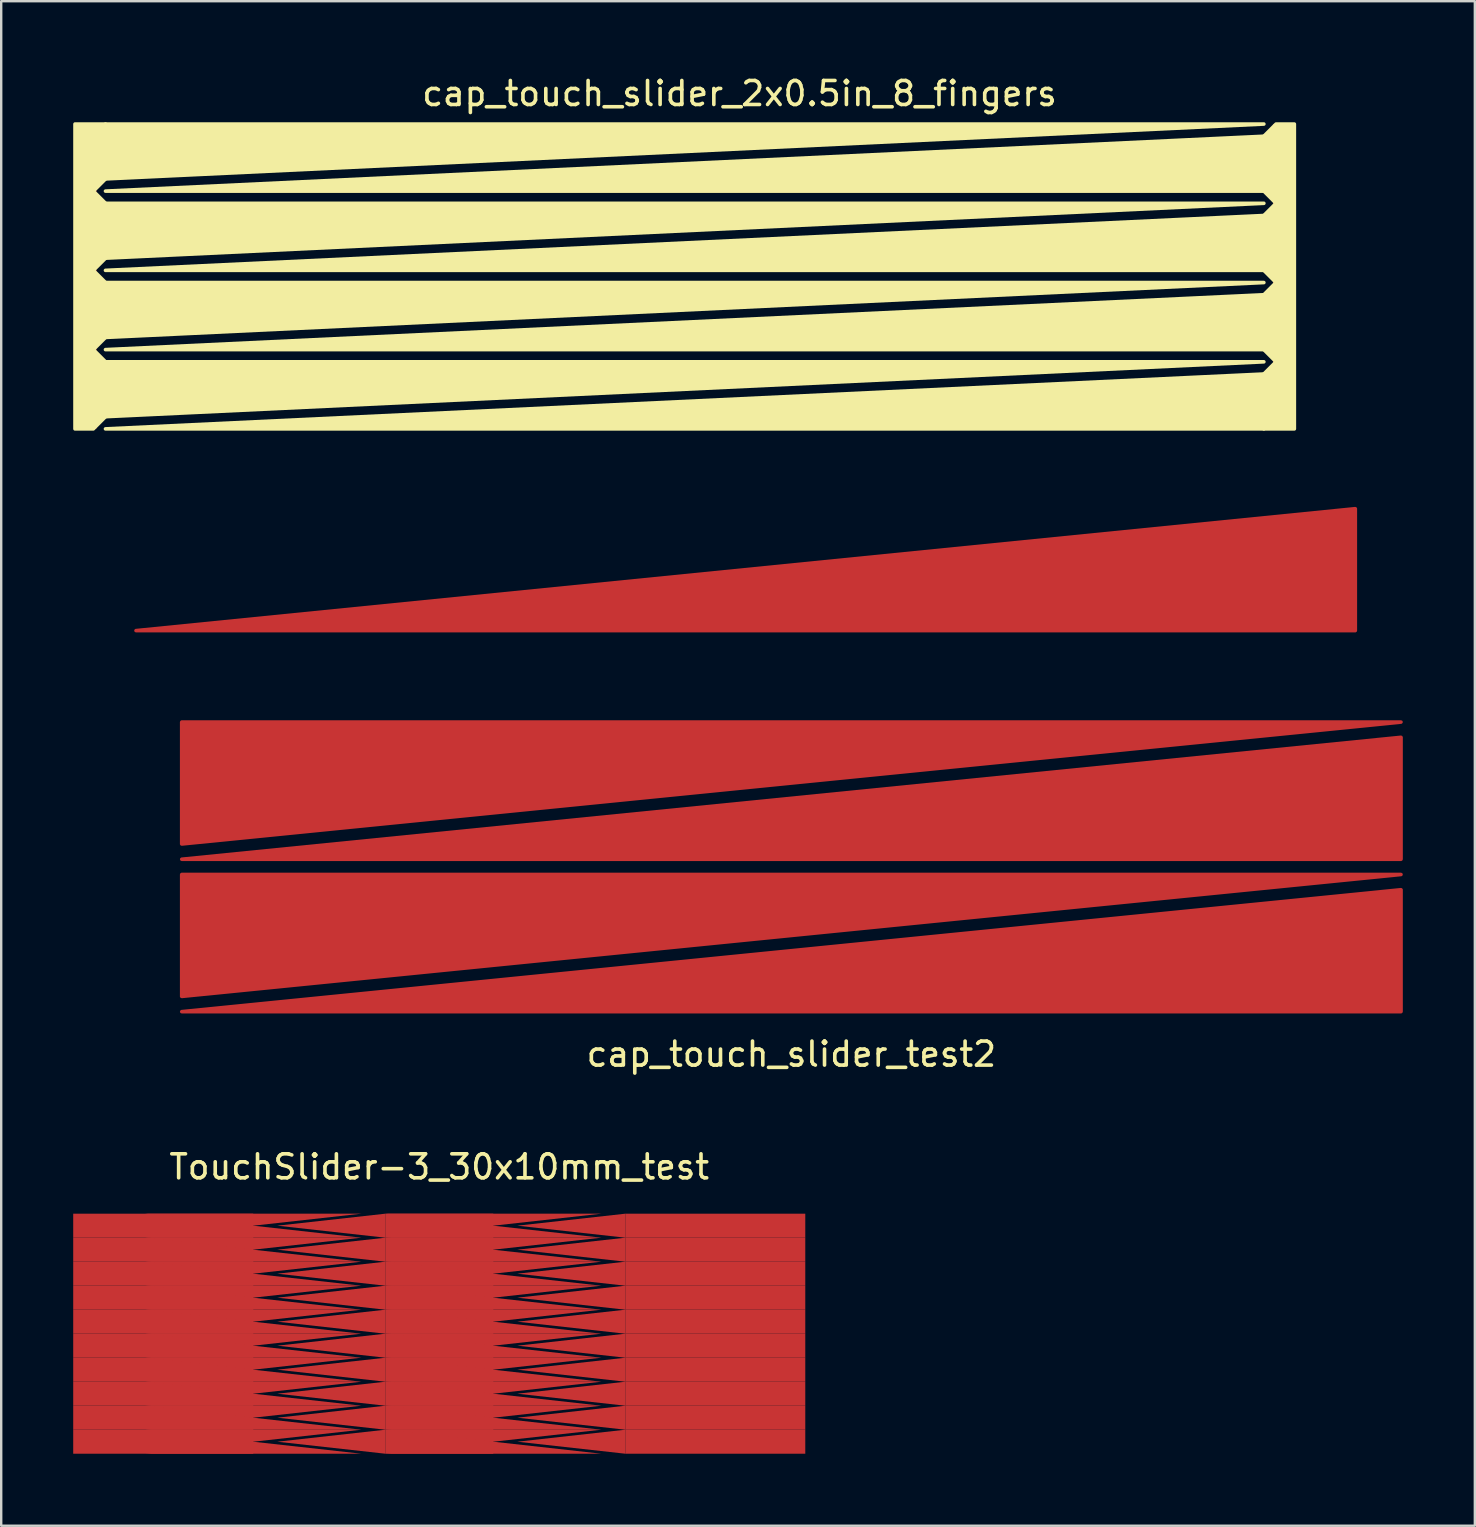
<source format=kicad_pcb>
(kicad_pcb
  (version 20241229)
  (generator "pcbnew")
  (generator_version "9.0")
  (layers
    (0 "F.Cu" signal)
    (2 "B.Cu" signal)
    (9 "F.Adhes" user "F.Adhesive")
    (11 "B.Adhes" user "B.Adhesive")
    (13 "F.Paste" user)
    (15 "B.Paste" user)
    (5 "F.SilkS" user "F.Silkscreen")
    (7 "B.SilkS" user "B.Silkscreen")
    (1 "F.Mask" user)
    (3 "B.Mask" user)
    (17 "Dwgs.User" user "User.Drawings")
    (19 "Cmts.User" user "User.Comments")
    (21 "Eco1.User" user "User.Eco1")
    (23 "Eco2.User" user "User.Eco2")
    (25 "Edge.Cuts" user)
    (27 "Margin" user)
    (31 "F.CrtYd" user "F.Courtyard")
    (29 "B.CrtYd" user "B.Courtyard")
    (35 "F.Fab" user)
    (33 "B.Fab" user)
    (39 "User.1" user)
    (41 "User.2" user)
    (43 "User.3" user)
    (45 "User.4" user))
  (footprint "TouchSlider-3_30x10mm_test"
    (layer "F.Cu")
    (at 15.25 52.515)
    (property "Reference" "TouchSlider-3_30x10mm_test" (at 0 -6.95 0) (layer "F.SilkS") (effects (font (size 1 1) (thickness 0.15))))
    (attr smd)
    (pad "1" smd rect (at -11.5 -4.5) (size 7.5 1) (layers "F.Cu" "F.Mask"))
    (pad "1" smd rect (at -11.5 -3.5) (size 7.5 1) (layers "F.Cu" "F.Mask"))
    (pad "1" smd rect (at -11.5 -2.5) (size 7.5 1) (layers "F.Cu" "F.Mask"))
    (pad "1" smd rect (at -11.5 -1.5) (size 7.5 1) (layers "F.Cu" "F.Mask"))
    (pad "1" smd rect (at -11.5 -0.5) (size 7.5 1) (layers "F.Cu" "F.Mask"))
    (pad "1" smd rect (at -11.5 0.5) (size 7.5 1) (layers "F.Cu" "F.Mask"))
    (pad "1" smd rect (at -11.5 1.5) (size 7.5 1) (layers "F.Cu" "F.Mask"))
    (pad "1" smd rect (at -11.5 2.5) (size 7.5 1) (layers "F.Cu" "F.Mask"))
    (pad "1" smd rect (at -11.5 3.5) (size 7.5 1) (layers "F.Cu" "F.Mask"))
    (pad "1" smd rect (at -11.5 4.5) (size 7.5 1) (layers "F.Cu" "F.Mask"))
    (pad "1" smd trapezoid (at -7.75 -4.75) (size 4.5 0.5) (rect_delta 0 -4.5) (layers "F.Cu" "F.Mask"))
    (pad "1" smd trapezoid (at -7.75 -4.25) (size 4.5 0.5) (rect_delta 0 4.5) (layers "F.Cu" "F.Mask"))
    (pad "1" smd trapezoid (at -7.75 -3.75) (size 4.5 0.5) (rect_delta 0 -4.5) (layers "F.Cu" "F.Mask"))
    (pad "1" smd trapezoid (at -7.75 -3.25) (size 4.5 0.5) (rect_delta 0 4.5) (layers "F.Cu" "F.Mask"))
    (pad "1" smd trapezoid (at -7.75 -2.75) (size 4.5 0.5) (rect_delta 0 -4.5) (layers "F.Cu" "F.Mask"))
    (pad "1" smd trapezoid (at -7.75 -2.25) (size 4.5 0.5) (rect_delta 0 4.5) (layers "F.Cu" "F.Mask"))
    (pad "1" smd trapezoid (at -7.75 -1.75) (size 4.5 0.5) (rect_delta 0 -4.5) (layers "F.Cu" "F.Mask"))
    (pad "1" smd trapezoid (at -7.75 -1.25) (size 4.5 0.5) (rect_delta 0 4.5) (layers "F.Cu" "F.Mask"))
    (pad "1" smd trapezoid (at -7.75 -0.75) (size 4.5 0.5) (rect_delta 0 -4.5) (layers "F.Cu" "F.Mask"))
    (pad "1" smd trapezoid (at -7.75 -0.25) (size 4.5 0.5) (rect_delta 0 4.5) (layers "F.Cu" "F.Mask"))
    (pad "1" smd trapezoid (at -7.75 0.25) (size 4.5 0.5) (rect_delta 0 -4.5) (layers "F.Cu" "F.Mask"))
    (pad "1" smd trapezoid (at -7.75 0.75) (size 4.5 0.5) (rect_delta 0 4.5) (layers "F.Cu" "F.Mask"))
    (pad "1" smd trapezoid (at -7.75 1.25) (size 4.5 0.5) (rect_delta 0 -4.5) (layers "F.Cu" "F.Mask"))
    (pad "1" smd trapezoid (at -7.75 1.75) (size 4.5 0.5) (rect_delta 0 4.5) (layers "F.Cu" "F.Mask"))
    (pad "1" smd trapezoid (at -7.75 2.25) (size 4.5 0.5) (rect_delta 0 -4.5) (layers "F.Cu" "F.Mask"))
    (pad "1" smd trapezoid (at -7.75 2.75) (size 4.5 0.5) (rect_delta 0 4.5) (layers "F.Cu" "F.Mask"))
    (pad "1" smd trapezoid (at -7.75 3.25) (size 4.5 0.5) (rect_delta 0 -4.5) (layers "F.Cu" "F.Mask"))
    (pad "1" smd trapezoid (at -7.75 3.75) (size 4.5 0.5) (rect_delta 0 4.5) (layers "F.Cu" "F.Mask"))
    (pad "1" smd trapezoid (at -7.75 4.25) (size 4.5 0.5) (rect_delta 0 -4.5) (layers "F.Cu" "F.Mask"))
    (pad "1" smd trapezoid (at -7.75 4.75) (size 4.5 0.5) (rect_delta 0 4.5) (layers "F.Cu" "F.Mask"))
    (pad "2" smd trapezoid (at -4.5 -4.5) (size 4.5 0.5) (rect_delta -0.5 0) (layers "F.Cu" "F.Mask"))
    (pad "2" smd trapezoid (at -4.5 -3.5) (size 4.5 0.5) (rect_delta -0.5 0) (layers "F.Cu" "F.Mask"))
    (pad "2" smd trapezoid (at -4.5 -2.5) (size 4.5 0.5) (rect_delta -0.5 0) (layers "F.Cu" "F.Mask"))
    (pad "2" smd trapezoid (at -4.5 -1.5) (size 4.5 0.5) (rect_delta -0.5 0) (layers "F.Cu" "F.Mask"))
    (pad "2" smd trapezoid (at -4.5 -0.5) (size 4.5 0.5) (rect_delta -0.5 0) (layers "F.Cu" "F.Mask"))
    (pad "2" smd trapezoid (at -4.5 0.5) (size 4.5 0.5) (rect_delta -0.5 0) (layers "F.Cu" "F.Mask"))
    (pad "2" smd trapezoid (at -4.5 1.5) (size 4.5 0.5) (rect_delta -0.5 0) (layers "F.Cu" "F.Mask"))
    (pad "2" smd trapezoid (at -4.5 2.5) (size 4.5 0.5) (rect_delta -0.5 0) (layers "F.Cu" "F.Mask"))
    (pad "2" smd trapezoid (at -4.5 3.5) (size 4.5 0.5) (rect_delta -0.5 0) (layers "F.Cu" "F.Mask"))
    (pad "2" smd trapezoid (at -4.5 4.5) (size 4.5 0.5) (rect_delta -0.5 0) (layers "F.Cu" "F.Mask"))
    (pad "2" smd rect (at 0 -4.5) (size 4.5 1) (layers "F.Cu" "F.Mask"))
    (pad "2" smd rect (at 0 -3.5) (size 4.5 1) (layers "F.Cu" "F.Mask"))
    (pad "2" smd rect (at 0 -2.5) (size 4.5 1) (layers "F.Cu" "F.Mask"))
    (pad "2" smd rect (at 0 -1.5) (size 4.5 1) (layers "F.Cu" "F.Mask"))
    (pad "2" smd rect (at 0 -0.5) (size 4.5 1) (layers "F.Cu" "F.Mask"))
    (pad "2" smd rect (at 0 0.5) (size 4.5 1) (layers "F.Cu" "F.Mask"))
    (pad "2" smd rect (at 0 1.5) (size 4.5 1) (layers "F.Cu" "F.Mask"))
    (pad "2" smd rect (at 0 2.5) (size 4.5 1) (layers "F.Cu" "F.Mask"))
    (pad "2" smd rect (at 0 3.5) (size 4.5 1) (layers "F.Cu" "F.Mask"))
    (pad "2" smd rect (at 0 4.5) (size 4.5 1) (layers "F.Cu" "F.Mask"))
    (pad "2" smd trapezoid (at 2.25 -4.75) (size 4.5 0.5) (rect_delta 0 -4.5) (layers "F.Cu" "F.Mask"))
    (pad "2" smd trapezoid (at 2.25 -4.25) (size 4.5 0.5) (rect_delta 0 4.5) (layers "F.Cu" "F.Mask"))
    (pad "2" smd trapezoid (at 2.25 -3.75) (size 4.5 0.5) (rect_delta 0 -4.5) (layers "F.Cu" "F.Mask"))
    (pad "2" smd trapezoid (at 2.25 -3.25) (size 4.5 0.5) (rect_delta 0 4.5) (layers "F.Cu" "F.Mask"))
    (pad "2" smd trapezoid (at 2.25 -2.75) (size 4.5 0.5) (rect_delta 0 -4.5) (layers "F.Cu" "F.Mask"))
    (pad "2" smd trapezoid (at 2.25 -2.25) (size 4.5 0.5) (rect_delta 0 4.5) (layers "F.Cu" "F.Mask"))
    (pad "2" smd trapezoid (at 2.25 -1.75) (size 4.5 0.5) (rect_delta 0 -4.5) (layers "F.Cu" "F.Mask"))
    (pad "2" smd trapezoid (at 2.25 -1.25) (size 4.5 0.5) (rect_delta 0 4.5) (layers "F.Cu" "F.Mask"))
    (pad "2" smd trapezoid (at 2.25 -0.75) (size 4.5 0.5) (rect_delta 0 -4.5) (layers "F.Cu" "F.Mask"))
    (pad "2" smd trapezoid (at 2.25 -0.25) (size 4.5 0.5) (rect_delta 0 4.5) (layers "F.Cu" "F.Mask"))
    (pad "2" smd trapezoid (at 2.25 0.25) (size 4.5 0.5) (rect_delta 0 -4.5) (layers "F.Cu" "F.Mask"))
    (pad "2" smd trapezoid (at 2.25 0.75) (size 4.5 0.5) (rect_delta 0 4.5) (layers "F.Cu" "F.Mask"))
    (pad "2" smd trapezoid (at 2.25 1.25) (size 4.5 0.5) (rect_delta 0 -4.5) (layers "F.Cu" "F.Mask"))
    (pad "2" smd trapezoid (at 2.25 1.75) (size 4.5 0.5) (rect_delta 0 4.5) (layers "F.Cu" "F.Mask"))
    (pad "2" smd trapezoid (at 2.25 2.25) (size 4.5 0.5) (rect_delta 0 -4.5) (layers "F.Cu" "F.Mask"))
    (pad "2" smd trapezoid (at 2.25 2.75) (size 4.5 0.5) (rect_delta 0 4.5) (layers "F.Cu" "F.Mask"))
    (pad "2" smd trapezoid (at 2.25 3.25) (size 4.5 0.5) (rect_delta 0 -4.5) (layers "F.Cu" "F.Mask"))
    (pad "2" smd trapezoid (at 2.25 3.75) (size 4.5 0.5) (rect_delta 0 4.5) (layers "F.Cu" "F.Mask"))
    (pad "2" smd trapezoid (at 2.25 4.25) (size 4.5 0.5) (rect_delta 0 -4.5) (layers "F.Cu" "F.Mask"))
    (pad "2" smd trapezoid (at 2.25 4.75) (size 4.5 0.5) (rect_delta 0 4.5) (layers "F.Cu" "F.Mask"))
    (pad "3" smd trapezoid (at 5.5 -4.5) (size 4.5 0.5) (rect_delta -0.5 0) (layers "F.Cu" "F.Mask"))
    (pad "3" smd trapezoid (at 5.5 -3.5) (size 4.5 0.5) (rect_delta -0.5 0) (layers "F.Cu" "F.Mask"))
    (pad "3" smd trapezoid (at 5.5 -2.5) (size 4.5 0.5) (rect_delta -0.5 0) (layers "F.Cu" "F.Mask"))
    (pad "3" smd trapezoid (at 5.5 -1.5) (size 4.5 0.5) (rect_delta -0.5 0) (layers "F.Cu" "F.Mask"))
    (pad "3" smd trapezoid (at 5.5 -0.5) (size 4.5 0.5) (rect_delta -0.5 0) (layers "F.Cu" "F.Mask"))
    (pad "3" smd trapezoid (at 5.5 0.5) (size 4.5 0.5) (rect_delta -0.5 0) (layers "F.Cu" "F.Mask"))
    (pad "3" smd trapezoid (at 5.5 1.5) (size 4.5 0.5) (rect_delta -0.5 0) (layers "F.Cu" "F.Mask"))
    (pad "3" smd trapezoid (at 5.5 2.5) (size 4.5 0.5) (rect_delta -0.5 0) (layers "F.Cu" "F.Mask"))
    (pad "3" smd trapezoid (at 5.5 3.5) (size 4.5 0.5) (rect_delta -0.5 0) (layers "F.Cu" "F.Mask"))
    (pad "3" smd trapezoid (at 5.5 4.5) (size 4.5 0.5) (rect_delta -0.5 0) (layers "F.Cu" "F.Mask"))
    (pad "3" smd rect (at 11.5 -4.5) (size 7.5 1) (layers "F.Cu" "F.Mask"))
    (pad "3" smd rect (at 11.5 -3.5) (size 7.5 1) (layers "F.Cu" "F.Mask"))
    (pad "3" smd rect (at 11.5 -2.5) (size 7.5 1) (layers "F.Cu" "F.Mask"))
    (pad "3" smd rect (at 11.5 -1.5) (size 7.5 1) (layers "F.Cu" "F.Mask"))
    (pad "3" smd rect (at 11.5 -0.5) (size 7.5 1) (layers "F.Cu" "F.Mask"))
    (pad "3" smd rect (at 11.5 0.5) (size 7.5 1) (layers "F.Cu" "F.Mask"))
    (pad "3" smd rect (at 11.5 1.5) (size 7.5 1) (layers "F.Cu" "F.Mask"))
    (pad "3" smd rect (at 11.5 2.5) (size 7.5 1) (layers "F.Cu" "F.Mask"))
    (pad "3" smd rect (at 11.5 3.5) (size 7.5 1) (layers "F.Cu" "F.Mask"))
    (pad "3" smd rect (at 11.5 4.5) (size 7.5 1) (layers "F.Cu" "F.Mask")))
  (footprint "cap_touch_slider_test2"
    (layer "F.Cu")
    (at 29.92 40.368)
    (property "Reference" "cap_touch_slider_test2" (at 0 0.5 0) (layer "F.SilkS") (effects (font (size 1 1) (thickness 0.15))))
    (attr through_hole)
    (fp_poly (pts (xy -26.035 -13.335) (xy -29.845 -13.335) (xy -29.845 -1.27) (xy -26.67 -1.27) (xy -26.035 -1.905) (xy -26.035 -6.985) (xy -26.67 -7.62) (xy -26.035 -8.255)) (stroke (width 0.15) (type solid)) (fill yes) (layer "F.Paste"))
    (pad "1" smd custom (at -1.905 -18.415) (size 1.524 1.524) (layers "F.Cu" "F.Mask" "F.Paste") (options (anchor rect)) (primitives (gr_poly (pts (xy -25.4 1.27) (xy 25.4 1.27) (xy 25.4 -3.81)) (width 0.15) (fill yes))))
    (pad "1" smd custom (at 0 -12.065 180) (size 1.524 1.524) (layers "F.Cu" "F.Mask" "F.Paste") (options (anchor rect)) (primitives (gr_poly (pts (xy -25.4 1.27) (xy 25.4 1.27) (xy 25.4 -3.81)) (width 0.15) (fill yes))))
    (pad "1" smd custom (at 0 -8.89) (size 1.524 1.524) (layers "F.Cu" "F.Mask" "F.Paste") (options (anchor rect)) (primitives (gr_poly (pts (xy -25.4 1.27) (xy 25.4 1.27) (xy 25.4 -3.81)) (width 0.15) (fill yes))))
    (pad "1" smd custom (at 0 -5.715 180) (size 1.524 1.524) (layers "F.Cu" "F.Mask" "F.Paste") (options (anchor rect)) (primitives (gr_poly (pts (xy -25.4 1.27) (xy 25.4 1.27) (xy 25.4 -3.81)) (width 0.15) (fill yes))))
    (pad "1" smd custom (at 0 -2.54) (size 1.524 1.524) (layers "F.Cu" "F.Mask" "F.Paste") (options (anchor rect)) (primitives (gr_poly (pts (xy -25.4 1.27) (xy 25.4 1.27) (xy 25.4 -3.81)) (width 0.15) (fill yes)))))
  (footprint "cap_touch_slider_2x0.5in_8_fingers"
    (layer "F.Cu")
    (at 1.345 14.818)
    (property "Reference" "cap_touch_slider_2x0.5in_8_fingers" (at 26.416 -13.97 0) (layer "F.SilkS") (effects (font (size 1 1) (thickness 0.15))))
    (attr exclude_from_pos_files exclude_from_bom)
    (fp_poly (pts (xy 0 -9.906) (xy 48.26 -12.192) (xy 48.26 -9.906)) (stroke (width 0.15) (type solid)) (fill yes) (layer "F.SilkS"))
    (fp_poly (pts (xy 0 -6.604) (xy 48.26 -8.89) (xy 48.26 -6.604)) (stroke (width 0.15) (type solid)) (fill yes) (layer "F.SilkS"))
    (fp_poly (pts (xy 0 -3.302) (xy 48.26 -5.588) (xy 48.26 -3.302)) (stroke (width 0.15) (type solid)) (fill yes) (layer "F.SilkS"))
    (fp_poly (pts (xy 0 0) (xy 48.26 -2.286) (xy 48.26 0)) (stroke (width 0.15) (type solid)) (fill yes) (layer "F.SilkS"))
    (fp_poly (pts (xy 48.26 -12.7) (xy 0 -10.414) (xy 0 -12.7)) (stroke (width 0.15) (type solid)) (fill yes) (layer "F.SilkS"))
    (fp_poly (pts (xy 48.26 -9.398) (xy 0 -7.112) (xy 0 -9.398)) (stroke (width 0.15) (type solid)) (fill yes) (layer "F.SilkS"))
    (fp_poly (pts (xy 48.26 -6.096) (xy 0 -3.81) (xy 0 -6.096)) (stroke (width 0.15) (type solid)) (fill yes) (layer "F.SilkS"))
    (fp_poly (pts (xy 48.26 -2.794) (xy 0 -0.508) (xy 0 -2.794)) (stroke (width 0.15) (type solid)) (fill yes) (layer "F.SilkS"))
    (fp_poly (pts (xy 0 -12.7) (xy 0 -10.414) (xy -0.508 -9.906) (xy 0 -9.398) (xy 0 -7.112) (xy -0.508 -6.604) (xy 0 -6.096) (xy 0 -3.81) (xy -0.508 -3.302) (xy 0 -2.794) (xy 0 -0.508) (xy -0.508 0) (xy -1.27 0) (xy -1.27 -12.7)) (stroke (width 0.15) (type solid)) (fill yes) (layer "F.SilkS"))
    (fp_poly (pts (xy 48.26 0) (xy 48.26 -2.286) (xy 48.768 -2.794) (xy 48.26 -3.302) (xy 48.26 -5.588) (xy 48.768 -6.096) (xy 48.26 -6.604) (xy 48.26 -8.89) (xy 48.768 -9.398) (xy 48.26 -9.906) (xy 48.26 -12.192) (xy 48.768 -12.7) (xy 49.53 -12.7) (xy 49.53 0)) (stroke (width 0.15) (type solid)) (fill yes) (layer "F.SilkS"))
    (pad "1" smd rect (at -0.762 -6.35) (size 0.762 12.7) (layers "F.Cu"))
    (pad "2" smd rect (at 49.022 -6.35) (size 0.762 12.7) (layers "F.Cu")))
  (gr_rect
    (start -3 -3)
    (end 58.395 60.515)
    (stroke (width 0.1) (type default))
    (fill no)
    (layer "Edge.Cuts")))
</source>
